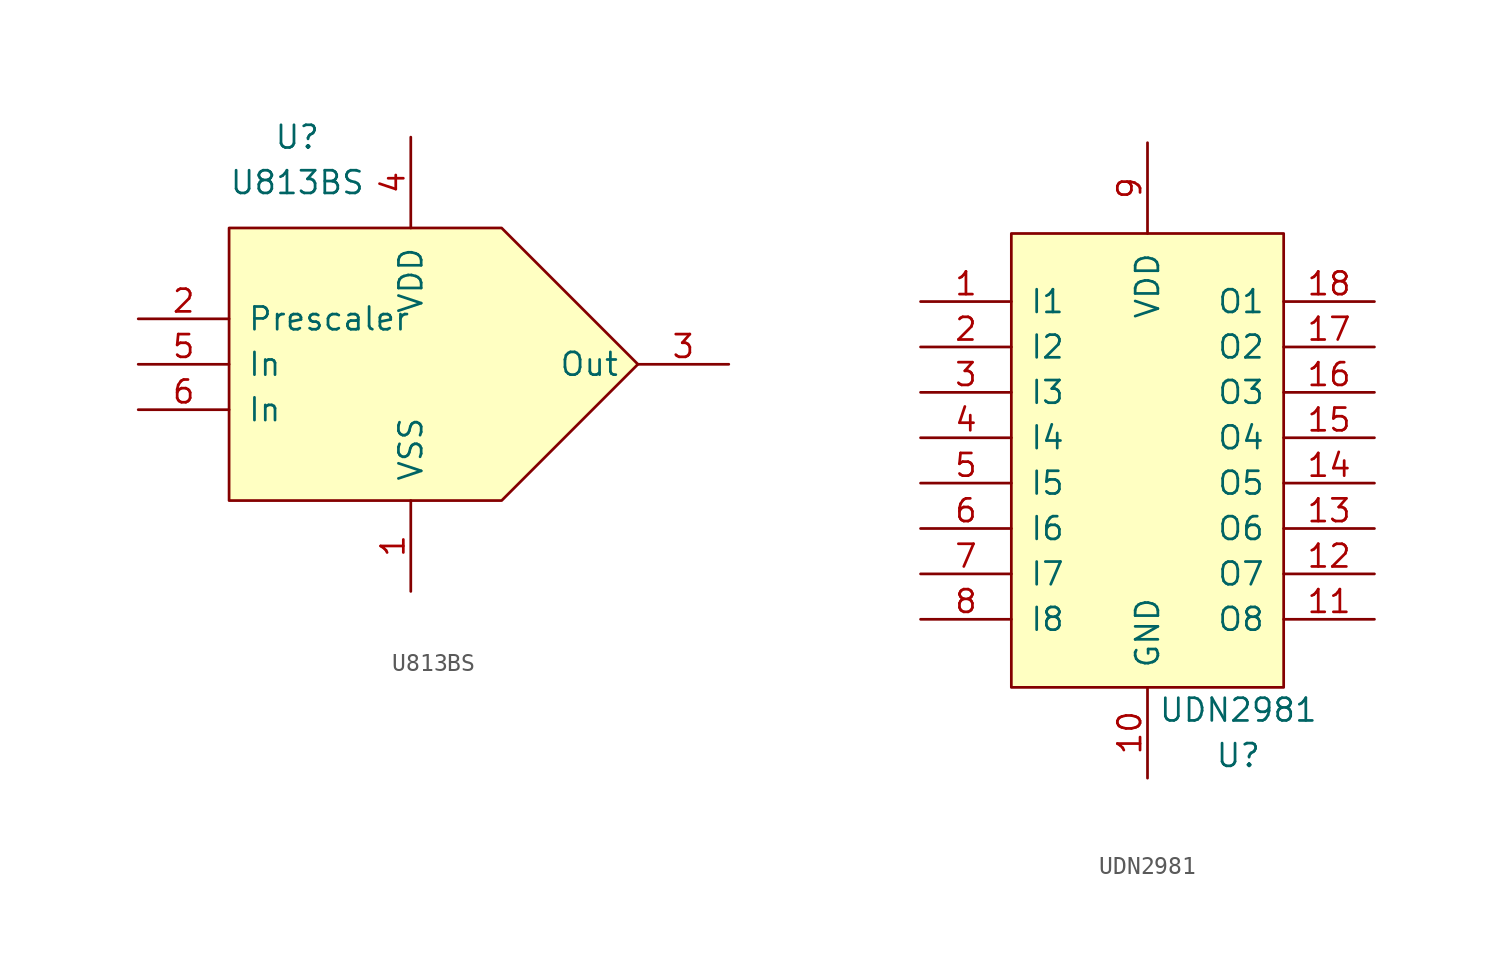
<source format=kicad_sym>
(kicad_symbol_lib
  (version 20211014)
  (generator kicad_symbol_editor)
  (symbol "U813BS"
    (pin_names
      (offset 1.016))
    (property "Reference" "U"
      (at -6.35 12.7 0)
      (effects (font (size 1.27 1.27))))
    (property "Value" "U813BS"
      (at -6.35 10.16 0)
      (effects (font (size 1.27 1.27))))
    (symbol "U813BS_0_1"
      (polyline (pts (xy -10.16 7.62) (xy -10.16 -7.62) (xy 5.08 -7.62) (xy 12.7 0) (xy 5.08 7.62) (xy -10.16 7.62)) (stroke (width 0) (type default) (color 0 0 0 0)) (fill (type background))))
    (symbol "U813BS_1_1"
      (pin power_in line (at 0 -12.7 90) (length 5.08) (name "VSS" (effects (font (size 1.27 1.27)))) (number "1" (effects (font (size 1.27 1.27)))))
      (pin input line (at -15.24 2.54 0) (length 5.08) (name "Prescaler" (effects (font (size 1.27 1.27)))) (number "2" (effects (font (size 1.27 1.27)))))
      (pin output line (at 17.78 0 180) (length 5.08) (name "Out" (effects (font (size 1.27 1.27)))) (number "3" (effects (font (size 1.27 1.27)))))
      (pin power_in line (at 0 12.7 270) (length 5.08) (name "VDD" (effects (font (size 1.27 1.27)))) (number "4" (effects (font (size 1.27 1.27)))))
      (pin input line (at -15.24 0 0) (length 5.08) (name "In" (effects (font (size 1.27 1.27)))) (number "5" (effects (font (size 1.27 1.27)))))
      (pin input line (at -15.24 -2.54 0) (length 5.08) (name "In" (effects (font (size 1.27 1.27)))) (number "6" (effects (font (size 1.27 1.27)))))))
  (symbol "UDN2981"
    (pin_names
      (offset 1.016))
    (property "Reference" "U"
      (at 5.08 -3.81 0)
      (effects (font (size 1.27 1.27))))
    (property "Value" "UDN2981"
      (at 5.08 -1.27 0)
      (effects (font (size 1.27 1.27))))
    (symbol "UDN2981_0_1"
      (polyline (pts (xy -7.62 25.4) (xy 7.62 25.4) (xy 7.62 0) (xy -7.62 0) (xy -7.62 25.4)) (stroke (width 0) (type default) (color 0 0 0 0)) (fill (type background))))
    (symbol "UDN2981_1_1"
      (pin input line (at -12.7 21.59 0) (length 5.08) (name "I1" (effects (font (size 1.27 1.27)))) (number "1" (effects (font (size 1.27 1.27)))))
      (pin input line (at 0 -5.08 90) (length 5.08) (name "GND" (effects (font (size 1.27 1.27)))) (number "10" (effects (font (size 1.27 1.27)))))
      (pin output line (at 12.7 3.81 180) (length 5.08) (name "O8" (effects (font (size 1.27 1.27)))) (number "11" (effects (font (size 1.27 1.27)))))
      (pin output line (at 12.7 6.35 180) (length 5.08) (name "O7" (effects (font (size 1.27 1.27)))) (number "12" (effects (font (size 1.27 1.27)))))
      (pin output line (at 12.7 8.89 180) (length 5.08) (name "O6" (effects (font (size 1.27 1.27)))) (number "13" (effects (font (size 1.27 1.27)))))
      (pin output line (at 12.7 11.43 180) (length 5.08) (name "O5" (effects (font (size 1.27 1.27)))) (number "14" (effects (font (size 1.27 1.27)))))
      (pin output line (at 12.7 13.97 180) (length 5.08) (name "O4" (effects (font (size 1.27 1.27)))) (number "15" (effects (font (size 1.27 1.27)))))
      (pin output line (at 12.7 16.51 180) (length 5.08) (name "O3" (effects (font (size 1.27 1.27)))) (number "16" (effects (font (size 1.27 1.27)))))
      (pin output line (at 12.7 19.05 180) (length 5.08) (name "O2" (effects (font (size 1.27 1.27)))) (number "17" (effects (font (size 1.27 1.27)))))
      (pin output line (at 12.7 21.59 180) (length 5.08) (name "O1" (effects (font (size 1.27 1.27)))) (number "18" (effects (font (size 1.27 1.27)))))
      (pin input line (at -12.7 19.05 0) (length 5.08) (name "I2" (effects (font (size 1.27 1.27)))) (number "2" (effects (font (size 1.27 1.27)))))
      (pin input line (at -12.7 16.51 0) (length 5.08) (name "I3" (effects (font (size 1.27 1.27)))) (number "3" (effects (font (size 1.27 1.27)))))
      (pin input line (at -12.7 13.97 0) (length 5.08) (name "I4" (effects (font (size 1.27 1.27)))) (number "4" (effects (font (size 1.27 1.27)))))
      (pin input line (at -12.7 11.43 0) (length 5.08) (name "I5" (effects (font (size 1.27 1.27)))) (number "5" (effects (font (size 1.27 1.27)))))
      (pin input line (at -12.7 8.89 0) (length 5.08) (name "I6" (effects (font (size 1.27 1.27)))) (number "6" (effects (font (size 1.27 1.27)))))
      (pin input line (at -12.7 6.35 0) (length 5.08) (name "I7" (effects (font (size 1.27 1.27)))) (number "7" (effects (font (size 1.27 1.27)))))
      (pin input line (at -12.7 3.81 0) (length 5.08) (name "I8" (effects (font (size 1.27 1.27)))) (number "8" (effects (font (size 1.27 1.27)))))
      (pin input line (at 0 30.48 270) (length 5.08) (name "VDD" (effects (font (size 1.27 1.27)))) (number "9" (effects (font (size 1.27 1.27))))))))
</source>
